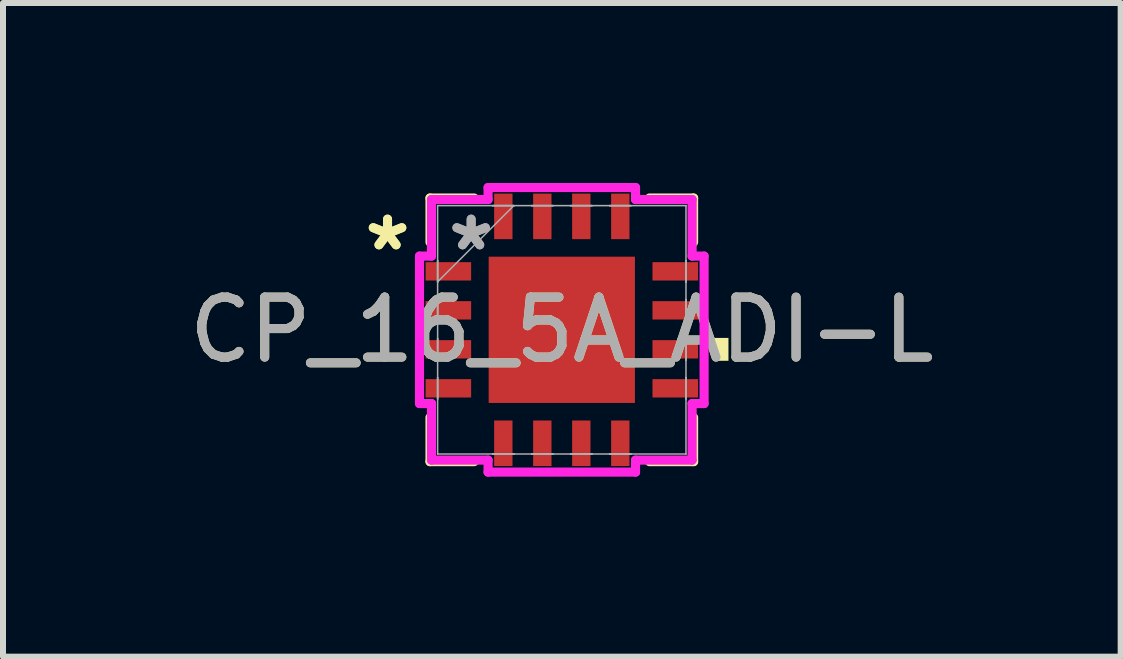
<source format=kicad_pcb>
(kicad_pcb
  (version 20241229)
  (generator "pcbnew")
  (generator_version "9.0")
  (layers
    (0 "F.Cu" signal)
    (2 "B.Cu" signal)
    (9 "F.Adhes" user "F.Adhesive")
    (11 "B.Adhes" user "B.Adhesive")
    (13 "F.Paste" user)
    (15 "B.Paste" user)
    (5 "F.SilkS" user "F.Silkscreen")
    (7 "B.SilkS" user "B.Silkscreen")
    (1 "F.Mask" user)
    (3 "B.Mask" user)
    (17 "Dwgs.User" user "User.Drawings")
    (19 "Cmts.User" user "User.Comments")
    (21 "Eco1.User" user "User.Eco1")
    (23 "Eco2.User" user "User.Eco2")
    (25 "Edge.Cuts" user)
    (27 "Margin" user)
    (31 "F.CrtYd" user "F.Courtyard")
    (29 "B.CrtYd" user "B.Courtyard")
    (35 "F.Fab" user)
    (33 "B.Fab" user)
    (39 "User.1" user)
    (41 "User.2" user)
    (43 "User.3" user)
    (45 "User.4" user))
  (footprint "CP_16_5A_ADI-L"
    (layer "F.Cu")
    (at 6.315 2.448)
    (property "Reference" "CP_16_5A_ADI-L" (at 0 0 0) (unlocked yes) (layer "F.SilkS") (effects (font (size 1 1) (thickness 0.15))))
    (attr smd)
    (fp_line (start -2.197 -2.197) (end -2.197 -1.461) (stroke (width 0.152) (type solid)) (layer "F.SilkS"))
    (fp_line (start -2.197 1.461) (end -2.197 2.197) (stroke (width 0.152) (type solid)) (layer "F.SilkS"))
    (fp_line (start -2.197 2.197) (end -1.461 2.197) (stroke (width 0.152) (type solid)) (layer "F.SilkS"))
    (fp_line (start -1.461 -2.197) (end -2.197 -2.197) (stroke (width 0.152) (type solid)) (layer "F.SilkS"))
    (fp_line (start 1.461 2.197) (end 2.197 2.197) (stroke (width 0.152) (type solid)) (layer "F.SilkS"))
    (fp_line (start 2.197 -2.197) (end 1.461 -2.197) (stroke (width 0.152) (type solid)) (layer "F.SilkS"))
    (fp_line (start 2.197 -1.461) (end 2.197 -2.197) (stroke (width 0.152) (type solid)) (layer "F.SilkS"))
    (fp_line (start 2.197 2.197) (end 2.197 1.461) (stroke (width 0.152) (type solid)) (layer "F.SilkS"))
    (fp_poly (pts (xy 2.778 0.135) (xy 2.778 0.516) (xy 2.524 0.516) (xy 2.524 0.135)) (stroke (width 0) (type solid)) (fill yes) (layer "F.SilkS"))
    (fp_line (start -2.372 -1.229) (end -2.172 -1.229) (stroke (width 0.152) (type solid)) (layer "F.CrtYd"))
    (fp_line (start -2.372 1.229) (end -2.372 -1.229) (stroke (width 0.152) (type solid)) (layer "F.CrtYd"))
    (fp_line (start -2.172 -2.172) (end -1.229 -2.172) (stroke (width 0.152) (type solid)) (layer "F.CrtYd"))
    (fp_line (start -2.172 -1.229) (end -2.172 -2.172) (stroke (width 0.152) (type solid)) (layer "F.CrtYd"))
    (fp_line (start -2.172 1.229) (end -2.372 1.229) (stroke (width 0.152) (type solid)) (layer "F.CrtYd"))
    (fp_line (start -2.172 2.172) (end -2.172 1.229) (stroke (width 0.152) (type solid)) (layer "F.CrtYd"))
    (fp_line (start -1.229 -2.372) (end 1.229 -2.372) (stroke (width 0.152) (type solid)) (layer "F.CrtYd"))
    (fp_line (start -1.229 -2.172) (end -1.229 -2.372) (stroke (width 0.152) (type solid)) (layer "F.CrtYd"))
    (fp_line (start -1.229 2.172) (end -2.172 2.172) (stroke (width 0.152) (type solid)) (layer "F.CrtYd"))
    (fp_line (start -1.229 2.372) (end -1.229 2.172) (stroke (width 0.152) (type solid)) (layer "F.CrtYd"))
    (fp_line (start 1.229 -2.372) (end 1.229 -2.172) (stroke (width 0.152) (type solid)) (layer "F.CrtYd"))
    (fp_line (start 1.229 -2.172) (end 2.172 -2.172) (stroke (width 0.152) (type solid)) (layer "F.CrtYd"))
    (fp_line (start 1.229 2.172) (end 1.229 2.372) (stroke (width 0.152) (type solid)) (layer "F.CrtYd"))
    (fp_line (start 1.229 2.372) (end -1.229 2.372) (stroke (width 0.152) (type solid)) (layer "F.CrtYd"))
    (fp_line (start 2.172 -2.172) (end 2.172 -1.229) (stroke (width 0.152) (type solid)) (layer "F.CrtYd"))
    (fp_line (start 2.172 -1.229) (end 2.372 -1.229) (stroke (width 0.152) (type solid)) (layer "F.CrtYd"))
    (fp_line (start 2.172 1.229) (end 2.172 2.172) (stroke (width 0.152) (type solid)) (layer "F.CrtYd"))
    (fp_line (start 2.172 2.172) (end 1.229 2.172) (stroke (width 0.152) (type solid)) (layer "F.CrtYd"))
    (fp_line (start 2.372 -1.229) (end 2.372 1.229) (stroke (width 0.152) (type solid)) (layer "F.CrtYd"))
    (fp_line (start 2.372 1.229) (end 2.172 1.229) (stroke (width 0.152) (type solid)) (layer "F.CrtYd"))
    (fp_line (start -2.07 -2.07) (end -2.07 -2.07) (stroke (width 0.025) (type solid)) (layer "F.Fab"))
    (fp_line (start -2.07 -2.07) (end -2.07 2.07) (stroke (width 0.025) (type solid)) (layer "F.Fab"))
    (fp_line (start -2.07 -1.153) (end -2.07 -1.153) (stroke (width 0.025) (type solid)) (layer "F.Fab"))
    (fp_line (start -2.07 -1.153) (end -2.07 -0.797) (stroke (width 0.025) (type solid)) (layer "F.Fab"))
    (fp_line (start -2.07 -0.8) (end -0.8 -2.07) (stroke (width 0.025) (type solid)) (layer "F.Fab"))
    (fp_line (start -2.07 -0.797) (end -2.07 -1.153) (stroke (width 0.025) (type solid)) (layer "F.Fab"))
    (fp_line (start -2.07 -0.797) (end -2.07 -0.797) (stroke (width 0.025) (type solid)) (layer "F.Fab"))
    (fp_line (start -2.07 -0.503) (end -2.07 -0.503) (stroke (width 0.025) (type solid)) (layer "F.Fab"))
    (fp_line (start -2.07 -0.503) (end -2.07 -0.147) (stroke (width 0.025) (type solid)) (layer "F.Fab"))
    (fp_line (start -2.07 -0.147) (end -2.07 -0.503) (stroke (width 0.025) (type solid)) (layer "F.Fab"))
    (fp_line (start -2.07 -0.147) (end -2.07 -0.147) (stroke (width 0.025) (type solid)) (layer "F.Fab"))
    (fp_line (start -2.07 0.147) (end -2.07 0.147) (stroke (width 0.025) (type solid)) (layer "F.Fab"))
    (fp_line (start -2.07 0.147) (end -2.07 0.503) (stroke (width 0.025) (type solid)) (layer "F.Fab"))
    (fp_line (start -2.07 0.503) (end -2.07 0.147) (stroke (width 0.025) (type solid)) (layer "F.Fab"))
    (fp_line (start -2.07 0.503) (end -2.07 0.503) (stroke (width 0.025) (type solid)) (layer "F.Fab"))
    (fp_line (start -2.07 0.797) (end -2.07 0.797) (stroke (width 0.025) (type solid)) (layer "F.Fab"))
    (fp_line (start -2.07 0.797) (end -2.07 1.153) (stroke (width 0.025) (type solid)) (layer "F.Fab"))
    (fp_line (start -2.07 1.153) (end -2.07 0.797) (stroke (width 0.025) (type solid)) (layer "F.Fab"))
    (fp_line (start -2.07 1.153) (end -2.07 1.153) (stroke (width 0.025) (type solid)) (layer "F.Fab"))
    (fp_line (start -2.07 2.07) (end -2.07 2.07) (stroke (width 0.025) (type solid)) (layer "F.Fab"))
    (fp_line (start -2.07 2.07) (end 2.07 2.07) (stroke (width 0.025) (type solid)) (layer "F.Fab"))
    (fp_line (start -1.153 -2.07) (end -1.153 -2.07) (stroke (width 0.025) (type solid)) (layer "F.Fab"))
    (fp_line (start -1.153 -2.07) (end -0.797 -2.07) (stroke (width 0.025) (type solid)) (layer "F.Fab"))
    (fp_line (start -1.153 2.07) (end -1.153 2.07) (stroke (width 0.025) (type solid)) (layer "F.Fab"))
    (fp_line (start -1.153 2.07) (end -0.797 2.07) (stroke (width 0.025) (type solid)) (layer "F.Fab"))
    (fp_line (start -0.797 -2.07) (end -1.153 -2.07) (stroke (width 0.025) (type solid)) (layer "F.Fab"))
    (fp_line (start -0.797 -2.07) (end -0.797 -2.07) (stroke (width 0.025) (type solid)) (layer "F.Fab"))
    (fp_line (start -0.797 2.07) (end -1.153 2.07) (stroke (width 0.025) (type solid)) (layer "F.Fab"))
    (fp_line (start -0.797 2.07) (end -0.797 2.07) (stroke (width 0.025) (type solid)) (layer "F.Fab"))
    (fp_line (start -0.503 -2.07) (end -0.503 -2.07) (stroke (width 0.025) (type solid)) (layer "F.Fab"))
    (fp_line (start -0.503 -2.07) (end -0.147 -2.07) (stroke (width 0.025) (type solid)) (layer "F.Fab"))
    (fp_line (start -0.503 2.07) (end -0.503 2.07) (stroke (width 0.025) (type solid)) (layer "F.Fab"))
    (fp_line (start -0.503 2.07) (end -0.147 2.07) (stroke (width 0.025) (type solid)) (layer "F.Fab"))
    (fp_line (start -0.147 -2.07) (end -0.503 -2.07) (stroke (width 0.025) (type solid)) (layer "F.Fab"))
    (fp_line (start -0.147 -2.07) (end -0.147 -2.07) (stroke (width 0.025) (type solid)) (layer "F.Fab"))
    (fp_line (start -0.147 2.07) (end -0.503 2.07) (stroke (width 0.025) (type solid)) (layer "F.Fab"))
    (fp_line (start -0.147 2.07) (end -0.147 2.07) (stroke (width 0.025) (type solid)) (layer "F.Fab"))
    (fp_line (start 0.147 -2.07) (end 0.147 -2.07) (stroke (width 0.025) (type solid)) (layer "F.Fab"))
    (fp_line (start 0.147 -2.07) (end 0.503 -2.07) (stroke (width 0.025) (type solid)) (layer "F.Fab"))
    (fp_line (start 0.147 2.07) (end 0.147 2.07) (stroke (width 0.025) (type solid)) (layer "F.Fab"))
    (fp_line (start 0.147 2.07) (end 0.503 2.07) (stroke (width 0.025) (type solid)) (layer "F.Fab"))
    (fp_line (start 0.503 -2.07) (end 0.147 -2.07) (stroke (width 0.025) (type solid)) (layer "F.Fab"))
    (fp_line (start 0.503 -2.07) (end 0.503 -2.07) (stroke (width 0.025) (type solid)) (layer "F.Fab"))
    (fp_line (start 0.503 2.07) (end 0.147 2.07) (stroke (width 0.025) (type solid)) (layer "F.Fab"))
    (fp_line (start 0.503 2.07) (end 0.503 2.07) (stroke (width 0.025) (type solid)) (layer "F.Fab"))
    (fp_line (start 0.797 -2.07) (end 0.797 -2.07) (stroke (width 0.025) (type solid)) (layer "F.Fab"))
    (fp_line (start 0.797 -2.07) (end 1.153 -2.07) (stroke (width 0.025) (type solid)) (layer "F.Fab"))
    (fp_line (start 0.797 2.07) (end 0.797 2.07) (stroke (width 0.025) (type solid)) (layer "F.Fab"))
    (fp_line (start 0.797 2.07) (end 1.153 2.07) (stroke (width 0.025) (type solid)) (layer "F.Fab"))
    (fp_line (start 1.153 -2.07) (end 0.797 -2.07) (stroke (width 0.025) (type solid)) (layer "F.Fab"))
    (fp_line (start 1.153 -2.07) (end 1.153 -2.07) (stroke (width 0.025) (type solid)) (layer "F.Fab"))
    (fp_line (start 1.153 2.07) (end 0.797 2.07) (stroke (width 0.025) (type solid)) (layer "F.Fab"))
    (fp_line (start 1.153 2.07) (end 1.153 2.07) (stroke (width 0.025) (type solid)) (layer "F.Fab"))
    (fp_line (start 2.07 -2.07) (end -2.07 -2.07) (stroke (width 0.025) (type solid)) (layer "F.Fab"))
    (fp_line (start 2.07 -2.07) (end 2.07 -2.07) (stroke (width 0.025) (type solid)) (layer "F.Fab"))
    (fp_line (start 2.07 -1.153) (end 2.07 -1.153) (stroke (width 0.025) (type solid)) (layer "F.Fab"))
    (fp_line (start 2.07 -1.153) (end 2.07 -0.797) (stroke (width 0.025) (type solid)) (layer "F.Fab"))
    (fp_line (start 2.07 -0.797) (end 2.07 -1.153) (stroke (width 0.025) (type solid)) (layer "F.Fab"))
    (fp_line (start 2.07 -0.797) (end 2.07 -0.797) (stroke (width 0.025) (type solid)) (layer "F.Fab"))
    (fp_line (start 2.07 -0.503) (end 2.07 -0.503) (stroke (width 0.025) (type solid)) (layer "F.Fab"))
    (fp_line (start 2.07 -0.503) (end 2.07 -0.147) (stroke (width 0.025) (type solid)) (layer "F.Fab"))
    (fp_line (start 2.07 -0.147) (end 2.07 -0.503) (stroke (width 0.025) (type solid)) (layer "F.Fab"))
    (fp_line (start 2.07 -0.147) (end 2.07 -0.147) (stroke (width 0.025) (type solid)) (layer "F.Fab"))
    (fp_line (start 2.07 0.147) (end 2.07 0.147) (stroke (width 0.025) (type solid)) (layer "F.Fab"))
    (fp_line (start 2.07 0.147) (end 2.07 0.503) (stroke (width 0.025) (type solid)) (layer "F.Fab"))
    (fp_line (start 2.07 0.503) (end 2.07 0.147) (stroke (width 0.025) (type solid)) (layer "F.Fab"))
    (fp_line (start 2.07 0.503) (end 2.07 0.503) (stroke (width 0.025) (type solid)) (layer "F.Fab"))
    (fp_line (start 2.07 0.797) (end 2.07 0.797) (stroke (width 0.025) (type solid)) (layer "F.Fab"))
    (fp_line (start 2.07 0.797) (end 2.07 1.153) (stroke (width 0.025) (type solid)) (layer "F.Fab"))
    (fp_line (start 2.07 1.153) (end 2.07 0.797) (stroke (width 0.025) (type solid)) (layer "F.Fab"))
    (fp_line (start 2.07 1.153) (end 2.07 1.153) (stroke (width 0.025) (type solid)) (layer "F.Fab"))
    (fp_line (start 2.07 2.07) (end 2.07 -2.07) (stroke (width 0.025) (type solid)) (layer "F.Fab"))
    (fp_line (start 2.07 2.07) (end 2.07 2.07) (stroke (width 0.025) (type solid)) (layer "F.Fab"))
    (fp_text user "*" (at -2.905 -1.3 0) (unlocked yes) (layer "F.SilkS") (effects (font (size 1 1) (thickness 0.15))))
    (fp_text user "*" (at -2.905 -1.3 0) (layer "F.SilkS") (effects (font (size 1 1) (thickness 0.15))))
    (fp_text user "${REFERENCE}" (at 0 0 0) (unlocked yes) (layer "F.Fab") (effects (font (size 1 1) (thickness 0.15))))
    (fp_text user "*" (at -1.511 -1.3 0) (layer "F.Fab") (effects (font (size 1 1) (thickness 0.15))))
    (fp_text user "*" (at -1.511 -1.3 0) (unlocked yes) (layer "F.Fab") (effects (font (size 1 1) (thickness 0.15))))
    (pad "1" smd rect (at -1.891 -0.975 90) (size 0.306 0.759) (layers "F.Cu" "F.Mask" "F.Paste"))
    (pad "2" smd rect (at -1.891 -0.325 90) (size 0.306 0.759) (layers "F.Cu" "F.Mask" "F.Paste"))
    (pad "3" smd rect (at -1.891 0.325 90) (size 0.306 0.759) (layers "F.Cu" "F.Mask" "F.Paste"))
    (pad "4" smd rect (at -1.891 0.975 90) (size 0.306 0.759) (layers "F.Cu" "F.Mask" "F.Paste"))
    (pad "5" smd rect (at -0.975 1.891) (size 0.306 0.759) (layers "F.Cu" "F.Mask" "F.Paste"))
    (pad "6" smd rect (at -0.325 1.891) (size 0.306 0.759) (layers "F.Cu" "F.Mask" "F.Paste"))
    (pad "7" smd rect (at 0.325 1.891) (size 0.306 0.759) (layers "F.Cu" "F.Mask" "F.Paste"))
    (pad "8" smd rect (at 0.975 1.891) (size 0.306 0.759) (layers "F.Cu" "F.Mask" "F.Paste"))
    (pad "9" smd rect (at 1.891 0.975 90) (size 0.306 0.759) (layers "F.Cu" "F.Mask" "F.Paste"))
    (pad "10" smd rect (at 1.891 0.325 90) (size 0.306 0.759) (layers "F.Cu" "F.Mask" "F.Paste"))
    (pad "11" smd rect (at 1.891 -0.325 90) (size 0.306 0.759) (layers "F.Cu" "F.Mask" "F.Paste"))
    (pad "12" smd rect (at 1.891 -0.975 90) (size 0.306 0.759) (layers "F.Cu" "F.Mask" "F.Paste"))
    (pad "13" smd rect (at 0.975 -1.891) (size 0.306 0.759) (layers "F.Cu" "F.Mask" "F.Paste"))
    (pad "14" smd rect (at 0.325 -1.891) (size 0.306 0.759) (layers "F.Cu" "F.Mask" "F.Paste"))
    (pad "15" smd rect (at -0.325 -1.891) (size 0.306 0.759) (layers "F.Cu" "F.Mask" "F.Paste"))
    (pad "16" smd rect (at -0.975 -1.891) (size 0.306 0.759) (layers "F.Cu" "F.Mask" "F.Paste"))
    (pad "17" smd rect (at 0 0) (size 2.438 2.438) (layers "F.Cu" "F.Mask" "F.Paste")))
  (gr_rect
    (start -3 -3)
    (end 15.631 7.896)
    (stroke (width 0.1) (type default))
    (fill no)
    (layer "Edge.Cuts")))
</source>
